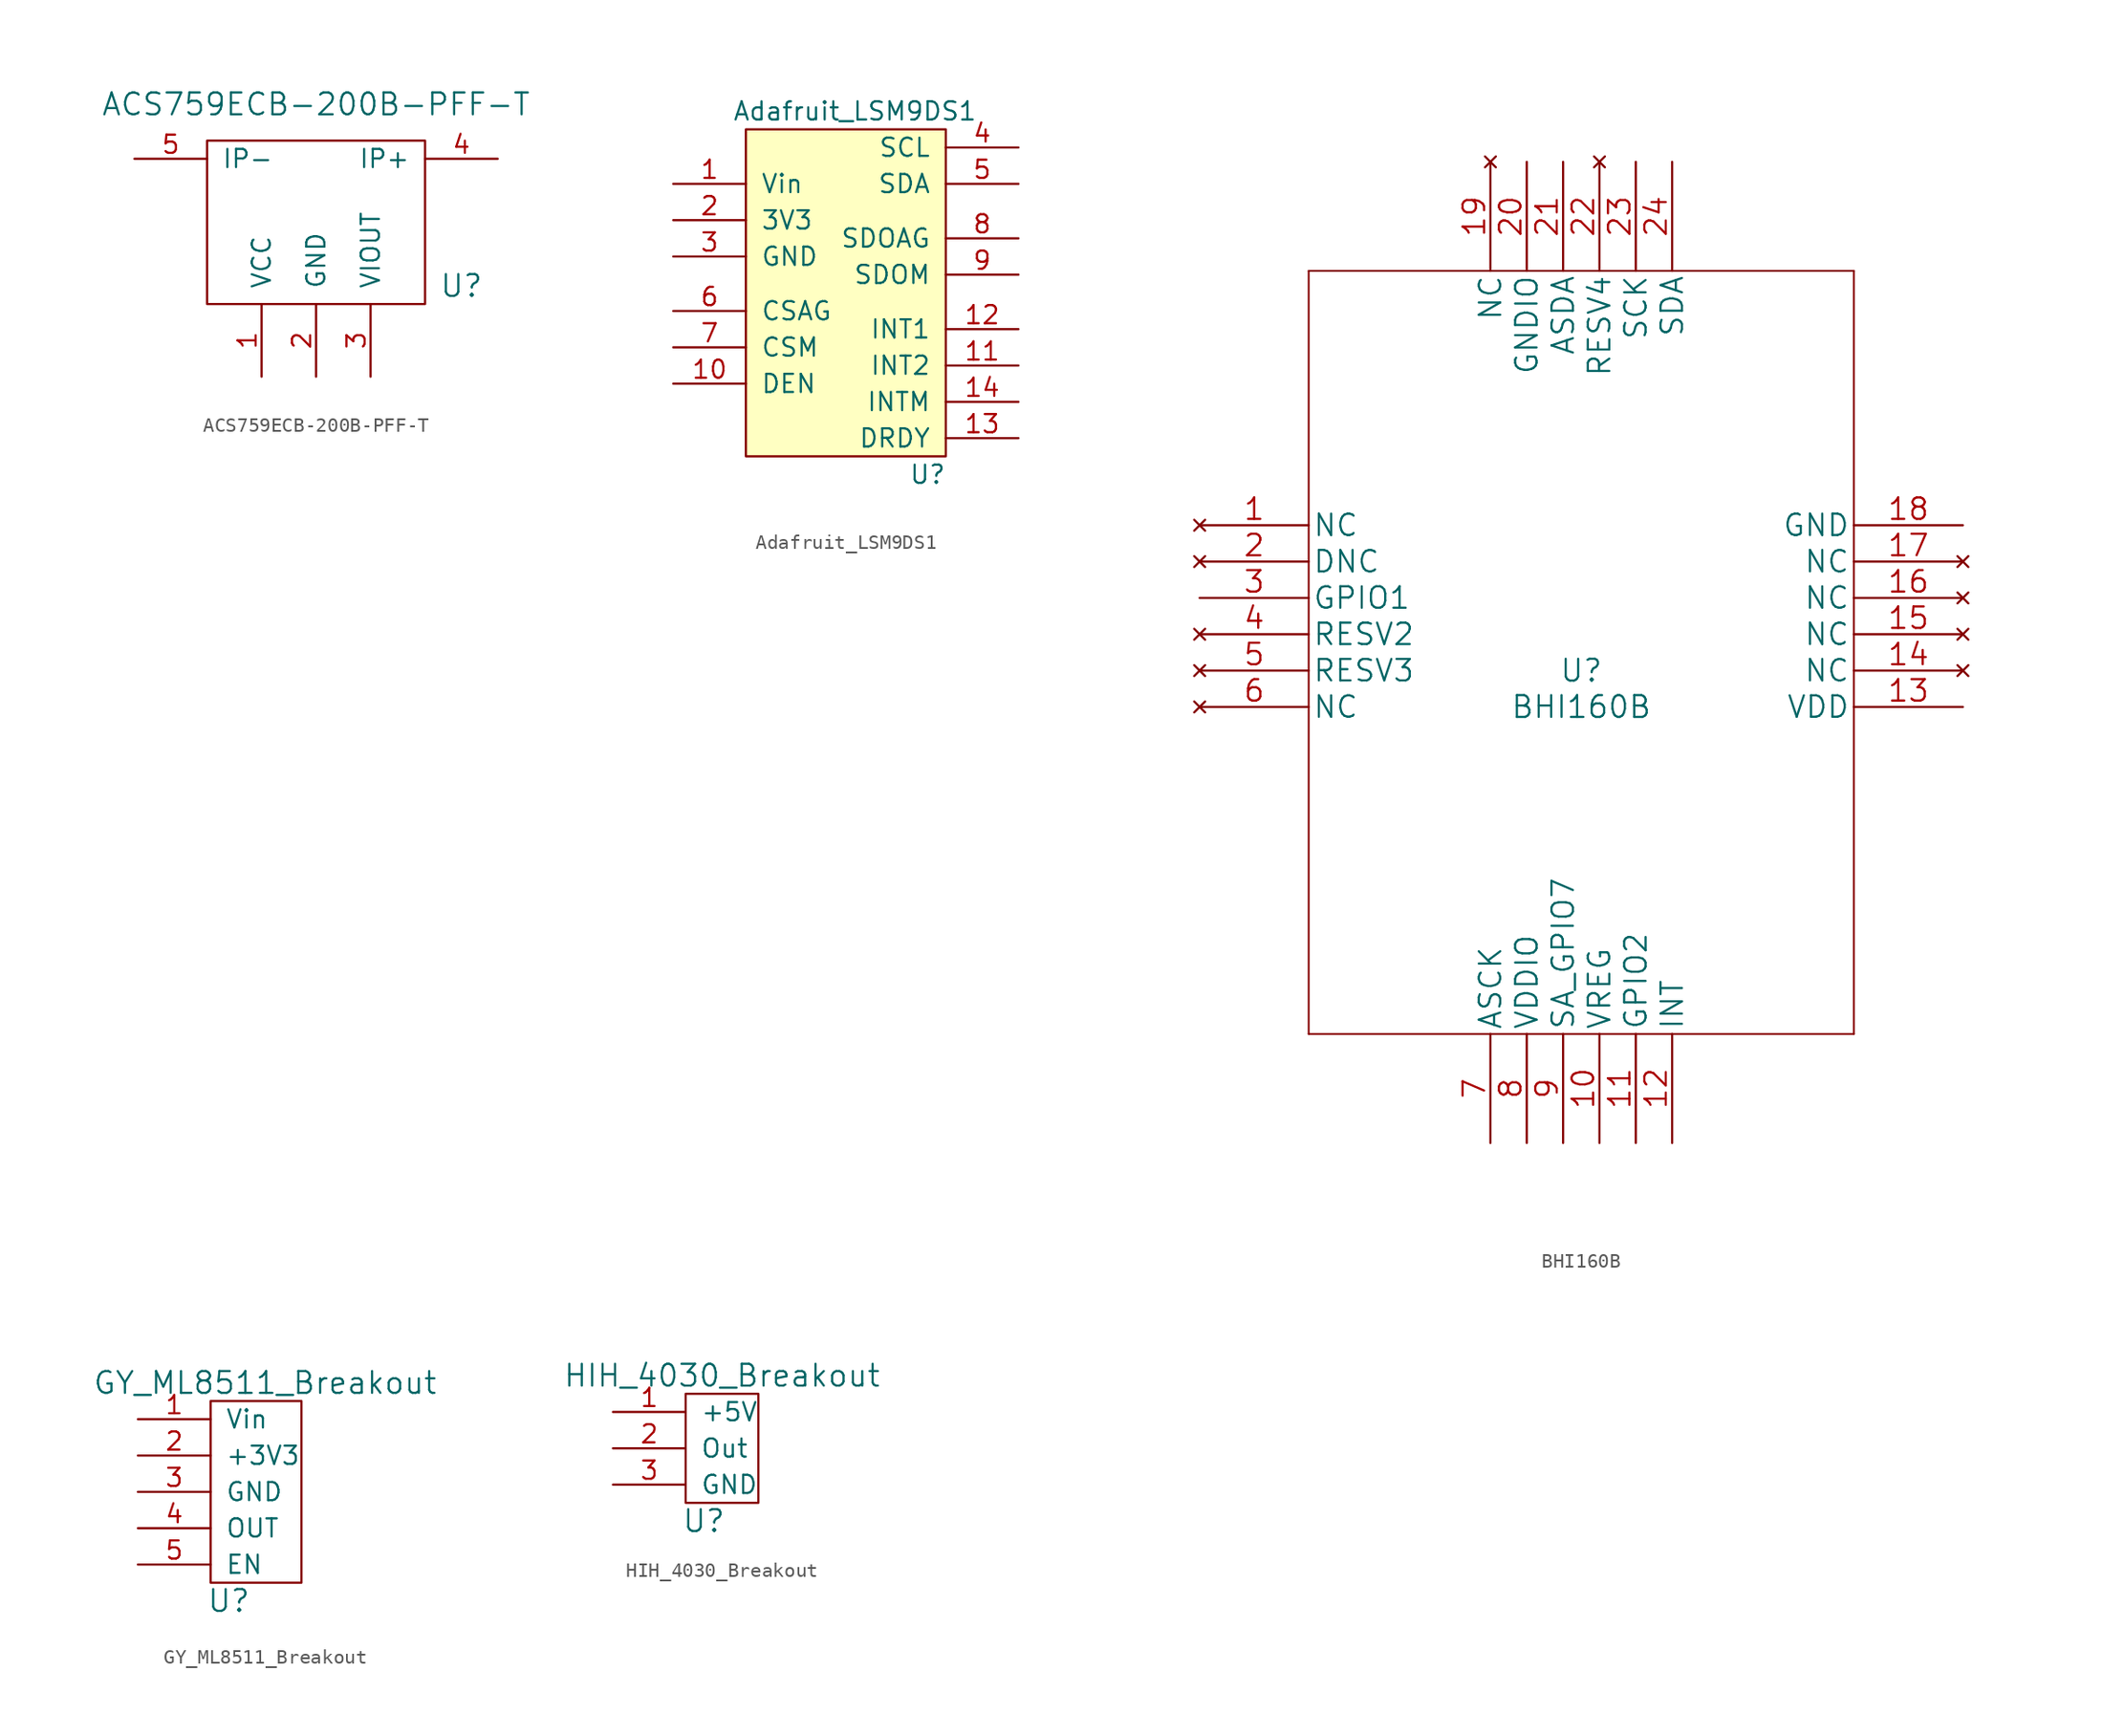
<source format=kicad_sym>
(kicad_symbol_lib
  (version 20231120)
  (generator "kicad_symbol_editor")
  (generator_version "8.0")
  (symbol "ACS759ECB-200B-PFF-T"
    (pin_names
      (offset 1.016))
    (property "Reference" "U"
      (at 17.78 1.27 0)
      (effects (font (size 1.524 1.524))))
    (property "Value" "ACS759ECB-200B-PFF-T"
      (at 7.62 13.97 0)
      (effects (font (size 1.524 1.524))))
    (symbol "ACS759ECB-200B-PFF-T_0_1"
      (rectangle (start 0 0) (end 15.24 11.43) (stroke (width 0) (type default)) (fill (type none))))
    (symbol "ACS759ECB-200B-PFF-T_1_1"
      (pin input line (at 3.81 -5.08 90) (length 5.08) (name "VCC" (effects (font (size 1.27 1.27)))) (number "1" (effects (font (size 1.27 1.27)))))
      (pin input line (at 7.62 -5.08 90) (length 5.08) (name "GND" (effects (font (size 1.27 1.27)))) (number "2" (effects (font (size 1.27 1.27)))))
      (pin input line (at 11.43 -5.08 90) (length 5.08) (name "VIOUT" (effects (font (size 1.27 1.27)))) (number "3" (effects (font (size 1.27 1.27)))))
      (pin input line (at 20.32 10.16 180) (length 5.08) (name "IP+" (effects (font (size 1.27 1.27)))) (number "4" (effects (font (size 1.27 1.27)))))
      (pin input line (at -5.08 10.16 0) (length 5.08) (name "IP-" (effects (font (size 1.27 1.27)))) (number "5" (effects (font (size 1.27 1.27)))))))
  (symbol "Adafruit_LSM9DS1"
    (pin_names
      (offset 1.016))
    (property "Reference" "U"
      (at 12.7 -1.27 0)
      (effects (font (size 1.27 1.27))))
    (property "Value" "Adafruit_LSM9DS1"
      (at 7.62 24.13 0)
      (effects (font (size 1.27 1.27))))
    (symbol "Adafruit_LSM9DS1_0_1"
      (rectangle (start 0 22.86) (end 13.97 0) (stroke (width 0) (type default)) (fill (type background))))
    (symbol "Adafruit_LSM9DS1_1_1"
      (pin input line (at -5.08 19.05 0) (length 5.08) (name "Vin" (effects (font (size 1.27 1.27)))) (number "1" (effects (font (size 1.27 1.27)))))
      (pin input line (at -5.08 5.08 0) (length 5.08) (name "DEN" (effects (font (size 1.27 1.27)))) (number "10" (effects (font (size 1.27 1.27)))))
      (pin input line (at 19.05 6.35 180) (length 5.08) (name "INT2" (effects (font (size 1.27 1.27)))) (number "11" (effects (font (size 1.27 1.27)))))
      (pin input line (at 19.05 8.89 180) (length 5.08) (name "INT1" (effects (font (size 1.27 1.27)))) (number "12" (effects (font (size 1.27 1.27)))))
      (pin input line (at 19.05 1.27 180) (length 5.08) (name "DRDY" (effects (font (size 1.27 1.27)))) (number "13" (effects (font (size 1.27 1.27)))))
      (pin input line (at 19.05 3.81 180) (length 5.08) (name "INTM" (effects (font (size 1.27 1.27)))) (number "14" (effects (font (size 1.27 1.27)))))
      (pin input line (at -5.08 16.51 0) (length 5.08) (name "3V3" (effects (font (size 1.27 1.27)))) (number "2" (effects (font (size 1.27 1.27)))))
      (pin input line (at -5.08 13.97 0) (length 5.08) (name "GND" (effects (font (size 1.27 1.27)))) (number "3" (effects (font (size 1.27 1.27)))))
      (pin input line (at 19.05 21.59 180) (length 5.08) (name "SCL" (effects (font (size 1.27 1.27)))) (number "4" (effects (font (size 1.27 1.27)))))
      (pin input line (at 19.05 19.05 180) (length 5.08) (name "SDA" (effects (font (size 1.27 1.27)))) (number "5" (effects (font (size 1.27 1.27)))))
      (pin input line (at -5.08 10.16 0) (length 5.08) (name "CSAG" (effects (font (size 1.27 1.27)))) (number "6" (effects (font (size 1.27 1.27)))))
      (pin input line (at -5.08 7.62 0) (length 5.08) (name "CSM" (effects (font (size 1.27 1.27)))) (number "7" (effects (font (size 1.27 1.27)))))
      (pin input line (at 19.05 15.24 180) (length 5.08) (name "SDOAG" (effects (font (size 1.27 1.27)))) (number "8" (effects (font (size 1.27 1.27)))))
      (pin input line (at 19.05 12.7 180) (length 5.08) (name "SDOM" (effects (font (size 1.27 1.27)))) (number "9" (effects (font (size 1.27 1.27)))))))
  (symbol "BHI160B"
    (pin_names
      (offset 0.254))
    (property "Reference" "U"
      (at 26.67 -10.16 0)
      (effects (font (size 1.524 1.524))))
    (property "Value" "BHI160B"
      (at 26.67 -12.7 0)
      (effects (font (size 1.524 1.524))))
    (property "Datasheet" ""
      (at 0 0 0)
      (effects (font (size 1.524 1.524))))
    (symbol "BHI160B_1_1"
      (polyline (pts (xy 7.62 -35.56) (xy 45.72 -35.56)) (stroke (width 0.127) (type default)) (fill (type none)))
      (polyline (pts (xy 7.62 17.78) (xy 7.62 -35.56)) (stroke (width 0.127) (type default)) (fill (type none)))
      (polyline (pts (xy 45.72 -35.56) (xy 45.72 17.78)) (stroke (width 0.127) (type default)) (fill (type none)))
      (polyline (pts (xy 45.72 17.78) (xy 7.62 17.78)) (stroke (width 0.127) (type default)) (fill (type none)))
      (pin no_connect line (at 0 0 0) (length 7.62) (name "NC" (effects (font (size 1.499 1.499)))) (number "1" (effects (font (size 1.499 1.499)))))
      (pin unspecified line (at 27.94 -43.18 90) (length 7.62) (name "VREG" (effects (font (size 1.499 1.499)))) (number "10" (effects (font (size 1.499 1.499)))))
      (pin bidirectional line (at 30.48 -43.18 90) (length 7.62) (name "GPIO2" (effects (font (size 1.499 1.499)))) (number "11" (effects (font (size 1.499 1.499)))))
      (pin unspecified line (at 33.02 -43.18 90) (length 7.62) (name "INT" (effects (font (size 1.499 1.499)))) (number "12" (effects (font (size 1.499 1.499)))))
      (pin power_in line (at 53.34 -12.7 180) (length 7.62) (name "VDD" (effects (font (size 1.499 1.499)))) (number "13" (effects (font (size 1.499 1.499)))))
      (pin no_connect line (at 53.34 -10.16 180) (length 7.62) (name "NC" (effects (font (size 1.499 1.499)))) (number "14" (effects (font (size 1.499 1.499)))))
      (pin no_connect line (at 53.34 -7.62 180) (length 7.62) (name "NC" (effects (font (size 1.499 1.499)))) (number "15" (effects (font (size 1.499 1.499)))))
      (pin no_connect line (at 53.34 -5.08 180) (length 7.62) (name "NC" (effects (font (size 1.499 1.499)))) (number "16" (effects (font (size 1.499 1.499)))))
      (pin no_connect line (at 53.34 -2.54 180) (length 7.62) (name "NC" (effects (font (size 1.499 1.499)))) (number "17" (effects (font (size 1.499 1.499)))))
      (pin power_in line (at 53.34 0 180) (length 7.62) (name "GND" (effects (font (size 1.499 1.499)))) (number "18" (effects (font (size 1.499 1.499)))))
      (pin no_connect line (at 20.32 25.4 270) (length 7.62) (name "NC" (effects (font (size 1.499 1.499)))) (number "19" (effects (font (size 1.499 1.499)))))
      (pin no_connect line (at 0 -2.54 0) (length 7.62) (name "DNC" (effects (font (size 1.499 1.499)))) (number "2" (effects (font (size 1.499 1.499)))))
      (pin power_in line (at 22.86 25.4 270) (length 7.62) (name "GNDIO" (effects (font (size 1.499 1.499)))) (number "20" (effects (font (size 1.499 1.499)))))
      (pin unspecified line (at 25.4 25.4 270) (length 7.62) (name "ASDA" (effects (font (size 1.499 1.499)))) (number "21" (effects (font (size 1.499 1.499)))))
      (pin no_connect line (at 27.94 25.4 270) (length 7.62) (name "RESV4" (effects (font (size 1.499 1.499)))) (number "22" (effects (font (size 1.499 1.499)))))
      (pin unspecified line (at 30.48 25.4 270) (length 7.62) (name "SCK" (effects (font (size 1.499 1.499)))) (number "23" (effects (font (size 1.499 1.499)))))
      (pin unspecified line (at 33.02 25.4 270) (length 7.62) (name "SDA" (effects (font (size 1.499 1.499)))) (number "24" (effects (font (size 1.499 1.499)))))
      (pin bidirectional line (at 0 -5.08 0) (length 7.62) (name "GPIO1" (effects (font (size 1.499 1.499)))) (number "3" (effects (font (size 1.499 1.499)))))
      (pin no_connect line (at 0 -7.62 0) (length 7.62) (name "RESV2" (effects (font (size 1.499 1.499)))) (number "4" (effects (font (size 1.499 1.499)))))
      (pin no_connect line (at 0 -10.16 0) (length 7.62) (name "RESV3" (effects (font (size 1.499 1.499)))) (number "5" (effects (font (size 1.499 1.499)))))
      (pin no_connect line (at 0 -12.7 0) (length 7.62) (name "NC" (effects (font (size 1.499 1.499)))) (number "6" (effects (font (size 1.499 1.499)))))
      (pin unspecified line (at 20.32 -43.18 90) (length 7.62) (name "ASCK" (effects (font (size 1.499 1.499)))) (number "7" (effects (font (size 1.499 1.499)))))
      (pin power_in line (at 22.86 -43.18 90) (length 7.62) (name "VDDIO" (effects (font (size 1.499 1.499)))) (number "8" (effects (font (size 1.499 1.499)))))
      (pin unspecified line (at 25.4 -43.18 90) (length 7.62) (name "SA_GPIO7" (effects (font (size 1.499 1.499)))) (number "9" (effects (font (size 1.499 1.499)))))))
  (symbol "GY_ML8511_Breakout"
    (pin_names
      (offset 1.016))
    (property "Reference" "U"
      (at 1.27 -1.27 0)
      (effects (font (size 1.524 1.524))))
    (property "Value" "GY_ML8511_Breakout"
      (at 3.81 13.97 0)
      (effects (font (size 1.524 1.524))))
    (symbol "GY_ML8511_Breakout_0_1"
      (rectangle (start 0 0) (end 6.35 12.7) (stroke (width 0) (type default)) (fill (type none))))
    (symbol "GY_ML8511_Breakout_1_1"
      (pin input line (at -5.08 11.43 0) (length 5.08) (name "Vin" (effects (font (size 1.27 1.27)))) (number "1" (effects (font (size 1.27 1.27)))))
      (pin input line (at -5.08 8.89 0) (length 5.08) (name "+3V3" (effects (font (size 1.27 1.27)))) (number "2" (effects (font (size 1.27 1.27)))))
      (pin input line (at -5.08 6.35 0) (length 5.08) (name "GND" (effects (font (size 1.27 1.27)))) (number "3" (effects (font (size 1.27 1.27)))))
      (pin input line (at -5.08 3.81 0) (length 5.08) (name "OUT" (effects (font (size 1.27 1.27)))) (number "4" (effects (font (size 1.27 1.27)))))
      (pin input line (at -5.08 1.27 0) (length 5.08) (name "EN" (effects (font (size 1.27 1.27)))) (number "5" (effects (font (size 1.27 1.27)))))))
  (symbol "HIH_4030_Breakout"
    (pin_names
      (offset 1.016))
    (property "Reference" "U"
      (at 1.27 -1.27 0)
      (effects (font (size 1.524 1.524))))
    (property "Value" "HIH_4030_Breakout"
      (at 2.54 8.89 0)
      (effects (font (size 1.524 1.524))))
    (symbol "HIH_4030_Breakout_0_1"
      (rectangle (start 0 0) (end 5.08 7.62) (stroke (width 0) (type default)) (fill (type none))))
    (symbol "HIH_4030_Breakout_1_1"
      (pin input line (at -5.08 6.35 0) (length 5.08) (name "+5V" (effects (font (size 1.27 1.27)))) (number "1" (effects (font (size 1.27 1.27)))))
      (pin input line (at -5.08 3.81 0) (length 5.08) (name "Out" (effects (font (size 1.27 1.27)))) (number "2" (effects (font (size 1.27 1.27)))))
      (pin input line (at -5.08 1.27 0) (length 5.08) (name "GND" (effects (font (size 1.27 1.27)))) (number "3" (effects (font (size 1.27 1.27))))))))
</source>
